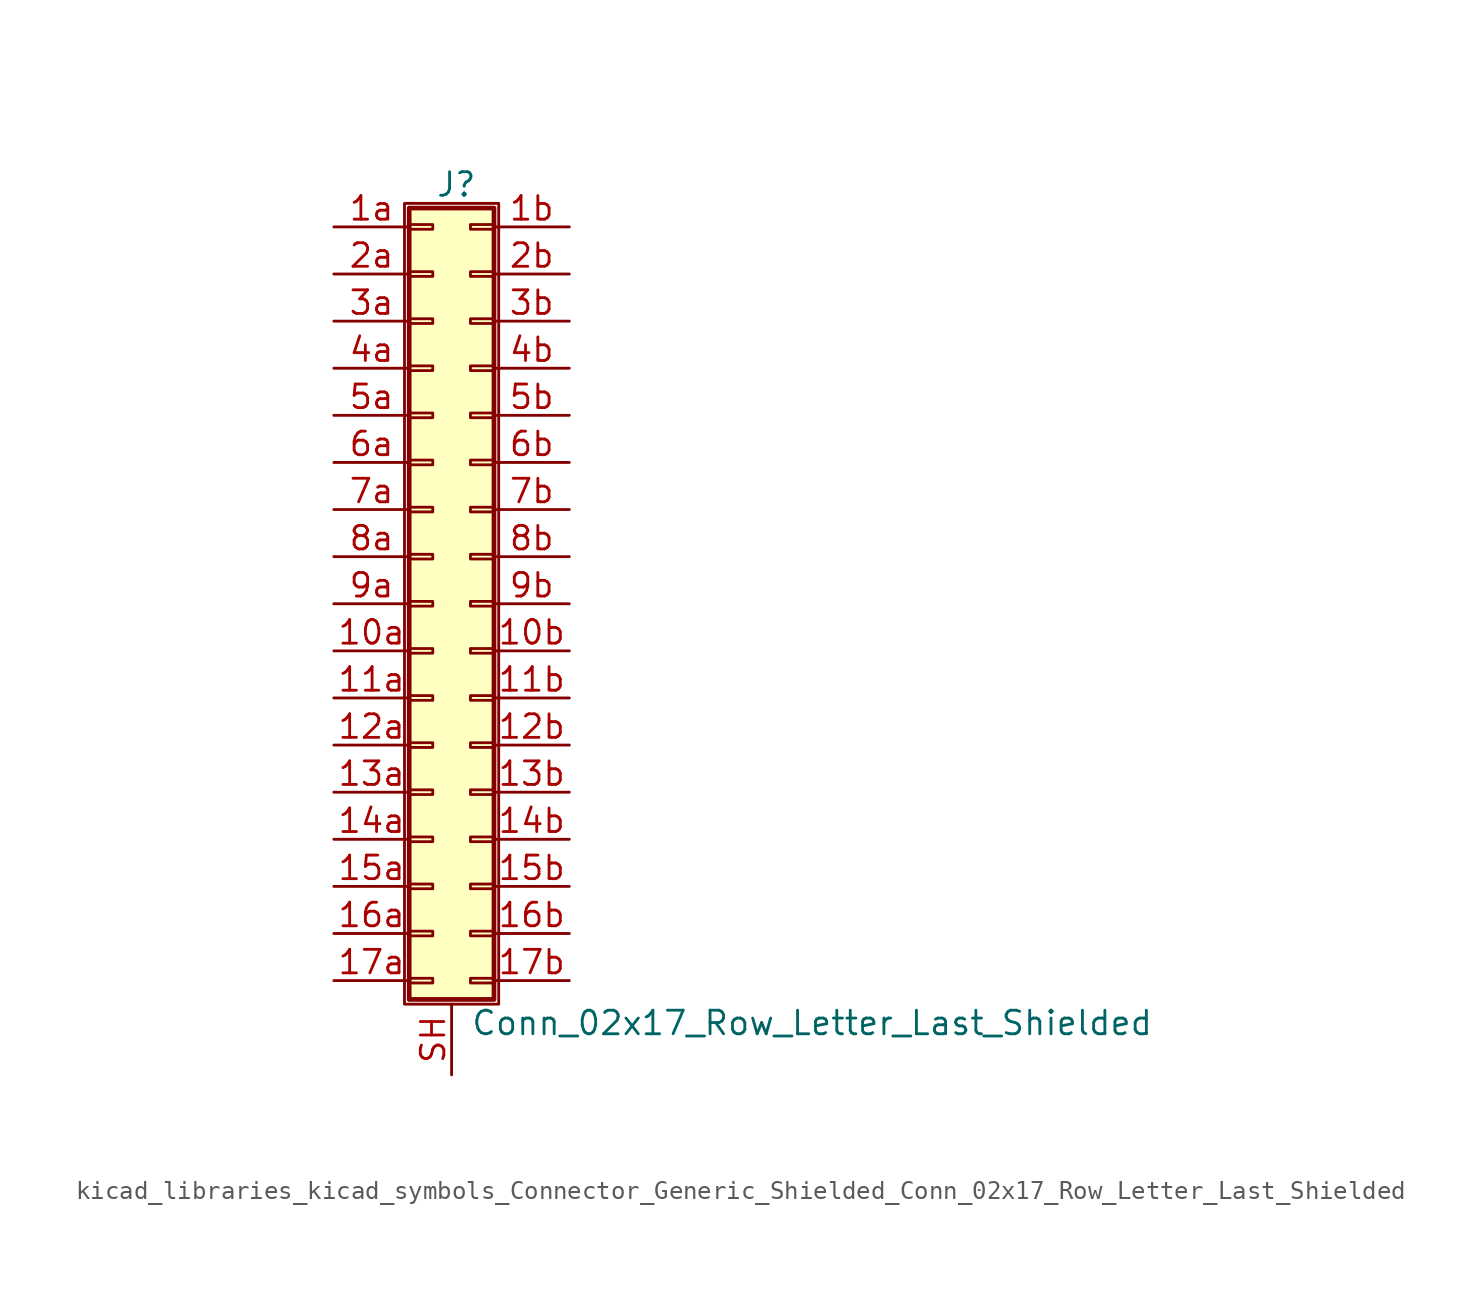
<source format=kicad_sym>
(kicad_symbol_lib
  (version 20220914)
  (generator kicad_symbol_editor)
  (symbol "kicad_libraries_kicad_symbols_Connector_Generic_Shielded_Conn_02x17_Row_Letter_Last_Shielded"
    (pin_names
      (offset 1.016) hide)
    (property "Reference" "J"
      (at 1.524 22.606 0)
      (effects (font (size 1.27 1.27))))
    (property "Value" "Conn_02x17_Row_Letter_Last_Shielded"
      (at 2.286 -22.606 0)
      (effects (font (size 1.27 1.27)) (justify left)))
    (symbol "kicad_libraries_kicad_symbols_Connector_Generic_Shielded_Conn_02x17_Row_Letter_Last_Shielded_1_1"
      (rectangle (start -1.27 21.59) (end 3.81 -21.59) (stroke (width 0.152) (type default)) (fill (type none)))
      (rectangle (start -1.016 -20.193) (end 0.254 -20.447) (stroke (width 0.152) (type default)) (fill (type none)))
      (rectangle (start -1.016 -17.653) (end 0.254 -17.907) (stroke (width 0.152) (type default)) (fill (type none)))
      (rectangle (start -1.016 -15.113) (end 0.254 -15.367) (stroke (width 0.152) (type default)) (fill (type none)))
      (rectangle (start -1.016 -12.573) (end 0.254 -12.827) (stroke (width 0.152) (type default)) (fill (type none)))
      (rectangle (start -1.016 -10.033) (end 0.254 -10.287) (stroke (width 0.152) (type default)) (fill (type none)))
      (rectangle (start -1.016 -7.493) (end 0.254 -7.747) (stroke (width 0.152) (type default)) (fill (type none)))
      (rectangle (start -1.016 -4.953) (end 0.254 -5.207) (stroke (width 0.152) (type default)) (fill (type none)))
      (rectangle (start -1.016 -2.413) (end 0.254 -2.667) (stroke (width 0.152) (type default)) (fill (type none)))
      (rectangle (start -1.016 0.127) (end 0.254 -0.127) (stroke (width 0.152) (type default)) (fill (type none)))
      (rectangle (start -1.016 2.667) (end 0.254 2.413) (stroke (width 0.152) (type default)) (fill (type none)))
      (rectangle (start -1.016 5.207) (end 0.254 4.953) (stroke (width 0.152) (type default)) (fill (type none)))
      (rectangle (start -1.016 7.747) (end 0.254 7.493) (stroke (width 0.152) (type default)) (fill (type none)))
      (rectangle (start -1.016 10.287) (end 0.254 10.033) (stroke (width 0.152) (type default)) (fill (type none)))
      (rectangle (start -1.016 12.827) (end 0.254 12.573) (stroke (width 0.152) (type default)) (fill (type none)))
      (rectangle (start -1.016 15.367) (end 0.254 15.113) (stroke (width 0.152) (type default)) (fill (type none)))
      (rectangle (start -1.016 17.907) (end 0.254 17.653) (stroke (width 0.152) (type default)) (fill (type none)))
      (rectangle (start -1.016 20.447) (end 0.254 20.193) (stroke (width 0.152) (type default)) (fill (type none)))
      (rectangle (start -1.016 21.336) (end 3.556 -21.336) (stroke (width 0.254) (type default)) (fill (type background)))
      (rectangle (start 3.556 -20.193) (end 2.286 -20.447) (stroke (width 0.152) (type default)) (fill (type none)))
      (rectangle (start 3.556 -17.653) (end 2.286 -17.907) (stroke (width 0.152) (type default)) (fill (type none)))
      (rectangle (start 3.556 -15.113) (end 2.286 -15.367) (stroke (width 0.152) (type default)) (fill (type none)))
      (rectangle (start 3.556 -12.573) (end 2.286 -12.827) (stroke (width 0.152) (type default)) (fill (type none)))
      (rectangle (start 3.556 -10.033) (end 2.286 -10.287) (stroke (width 0.152) (type default)) (fill (type none)))
      (rectangle (start 3.556 -7.493) (end 2.286 -7.747) (stroke (width 0.152) (type default)) (fill (type none)))
      (rectangle (start 3.556 -4.953) (end 2.286 -5.207) (stroke (width 0.152) (type default)) (fill (type none)))
      (rectangle (start 3.556 -2.413) (end 2.286 -2.667) (stroke (width 0.152) (type default)) (fill (type none)))
      (rectangle (start 3.556 0.127) (end 2.286 -0.127) (stroke (width 0.152) (type default)) (fill (type none)))
      (rectangle (start 3.556 2.667) (end 2.286 2.413) (stroke (width 0.152) (type default)) (fill (type none)))
      (rectangle (start 3.556 5.207) (end 2.286 4.953) (stroke (width 0.152) (type default)) (fill (type none)))
      (rectangle (start 3.556 7.747) (end 2.286 7.493) (stroke (width 0.152) (type default)) (fill (type none)))
      (rectangle (start 3.556 10.287) (end 2.286 10.033) (stroke (width 0.152) (type default)) (fill (type none)))
      (rectangle (start 3.556 12.827) (end 2.286 12.573) (stroke (width 0.152) (type default)) (fill (type none)))
      (rectangle (start 3.556 15.367) (end 2.286 15.113) (stroke (width 0.152) (type default)) (fill (type none)))
      (rectangle (start 3.556 17.907) (end 2.286 17.653) (stroke (width 0.152) (type default)) (fill (type none)))
      (rectangle (start 3.556 20.447) (end 2.286 20.193) (stroke (width 0.152) (type default)) (fill (type none)))
      (pin passive line (at -5.08 -2.54 0) (length 4.064) (name "Pin_10a" (effects (font (size 1.27 1.27)))) (number "10a" (effects (font (size 1.27 1.27)))))
      (pin passive line (at 7.62 -2.54 180) (length 4.064) (name "Pin_10b" (effects (font (size 1.27 1.27)))) (number "10b" (effects (font (size 1.27 1.27)))))
      (pin passive line (at -5.08 -5.08 0) (length 4.064) (name "Pin_11a" (effects (font (size 1.27 1.27)))) (number "11a" (effects (font (size 1.27 1.27)))))
      (pin passive line (at 7.62 -5.08 180) (length 4.064) (name "Pin_11b" (effects (font (size 1.27 1.27)))) (number "11b" (effects (font (size 1.27 1.27)))))
      (pin passive line (at -5.08 -7.62 0) (length 4.064) (name "Pin_12a" (effects (font (size 1.27 1.27)))) (number "12a" (effects (font (size 1.27 1.27)))))
      (pin passive line (at 7.62 -7.62 180) (length 4.064) (name "Pin_12b" (effects (font (size 1.27 1.27)))) (number "12b" (effects (font (size 1.27 1.27)))))
      (pin passive line (at -5.08 -10.16 0) (length 4.064) (name "Pin_13a" (effects (font (size 1.27 1.27)))) (number "13a" (effects (font (size 1.27 1.27)))))
      (pin passive line (at 7.62 -10.16 180) (length 4.064) (name "Pin_13b" (effects (font (size 1.27 1.27)))) (number "13b" (effects (font (size 1.27 1.27)))))
      (pin passive line (at -5.08 -12.7 0) (length 4.064) (name "Pin_14a" (effects (font (size 1.27 1.27)))) (number "14a" (effects (font (size 1.27 1.27)))))
      (pin passive line (at 7.62 -12.7 180) (length 4.064) (name "Pin_14b" (effects (font (size 1.27 1.27)))) (number "14b" (effects (font (size 1.27 1.27)))))
      (pin passive line (at -5.08 -15.24 0) (length 4.064) (name "Pin_15a" (effects (font (size 1.27 1.27)))) (number "15a" (effects (font (size 1.27 1.27)))))
      (pin passive line (at 7.62 -15.24 180) (length 4.064) (name "Pin_15b" (effects (font (size 1.27 1.27)))) (number "15b" (effects (font (size 1.27 1.27)))))
      (pin passive line (at -5.08 -17.78 0) (length 4.064) (name "Pin_16a" (effects (font (size 1.27 1.27)))) (number "16a" (effects (font (size 1.27 1.27)))))
      (pin passive line (at 7.62 -17.78 180) (length 4.064) (name "Pin_16b" (effects (font (size 1.27 1.27)))) (number "16b" (effects (font (size 1.27 1.27)))))
      (pin passive line (at -5.08 -20.32 0) (length 4.064) (name "Pin_17a" (effects (font (size 1.27 1.27)))) (number "17a" (effects (font (size 1.27 1.27)))))
      (pin passive line (at 7.62 -20.32 180) (length 4.064) (name "Pin_17b" (effects (font (size 1.27 1.27)))) (number "17b" (effects (font (size 1.27 1.27)))))
      (pin passive line (at -5.08 20.32 0) (length 4.064) (name "Pin_1a" (effects (font (size 1.27 1.27)))) (number "1a" (effects (font (size 1.27 1.27)))))
      (pin passive line (at 7.62 20.32 180) (length 4.064) (name "Pin_1b" (effects (font (size 1.27 1.27)))) (number "1b" (effects (font (size 1.27 1.27)))))
      (pin passive line (at -5.08 17.78 0) (length 4.064) (name "Pin_2a" (effects (font (size 1.27 1.27)))) (number "2a" (effects (font (size 1.27 1.27)))))
      (pin passive line (at 7.62 17.78 180) (length 4.064) (name "Pin_2b" (effects (font (size 1.27 1.27)))) (number "2b" (effects (font (size 1.27 1.27)))))
      (pin passive line (at -5.08 15.24 0) (length 4.064) (name "Pin_3a" (effects (font (size 1.27 1.27)))) (number "3a" (effects (font (size 1.27 1.27)))))
      (pin passive line (at 7.62 15.24 180) (length 4.064) (name "Pin_3b" (effects (font (size 1.27 1.27)))) (number "3b" (effects (font (size 1.27 1.27)))))
      (pin passive line (at -5.08 12.7 0) (length 4.064) (name "Pin_4a" (effects (font (size 1.27 1.27)))) (number "4a" (effects (font (size 1.27 1.27)))))
      (pin passive line (at 7.62 12.7 180) (length 4.064) (name "Pin_4b" (effects (font (size 1.27 1.27)))) (number "4b" (effects (font (size 1.27 1.27)))))
      (pin passive line (at -5.08 10.16 0) (length 4.064) (name "Pin_5a" (effects (font (size 1.27 1.27)))) (number "5a" (effects (font (size 1.27 1.27)))))
      (pin passive line (at 7.62 10.16 180) (length 4.064) (name "Pin_5b" (effects (font (size 1.27 1.27)))) (number "5b" (effects (font (size 1.27 1.27)))))
      (pin passive line (at -5.08 7.62 0) (length 4.064) (name "Pin_6a" (effects (font (size 1.27 1.27)))) (number "6a" (effects (font (size 1.27 1.27)))))
      (pin passive line (at 7.62 7.62 180) (length 4.064) (name "Pin_6b" (effects (font (size 1.27 1.27)))) (number "6b" (effects (font (size 1.27 1.27)))))
      (pin passive line (at -5.08 5.08 0) (length 4.064) (name "Pin_7a" (effects (font (size 1.27 1.27)))) (number "7a" (effects (font (size 1.27 1.27)))))
      (pin passive line (at 7.62 5.08 180) (length 4.064) (name "Pin_7b" (effects (font (size 1.27 1.27)))) (number "7b" (effects (font (size 1.27 1.27)))))
      (pin passive line (at -5.08 2.54 0) (length 4.064) (name "Pin_8a" (effects (font (size 1.27 1.27)))) (number "8a" (effects (font (size 1.27 1.27)))))
      (pin passive line (at 7.62 2.54 180) (length 4.064) (name "Pin_8b" (effects (font (size 1.27 1.27)))) (number "8b" (effects (font (size 1.27 1.27)))))
      (pin passive line (at -5.08 0 0) (length 4.064) (name "Pin_9a" (effects (font (size 1.27 1.27)))) (number "9a" (effects (font (size 1.27 1.27)))))
      (pin passive line (at 7.62 0 180) (length 4.064) (name "Pin_9b" (effects (font (size 1.27 1.27)))) (number "9b" (effects (font (size 1.27 1.27)))))
      (pin passive line (at 1.27 -25.4 90) (length 3.81) (name "Shield" (effects (font (size 1.27 1.27)))) (number "SH" (effects (font (size 1.27 1.27))))))))
</source>
